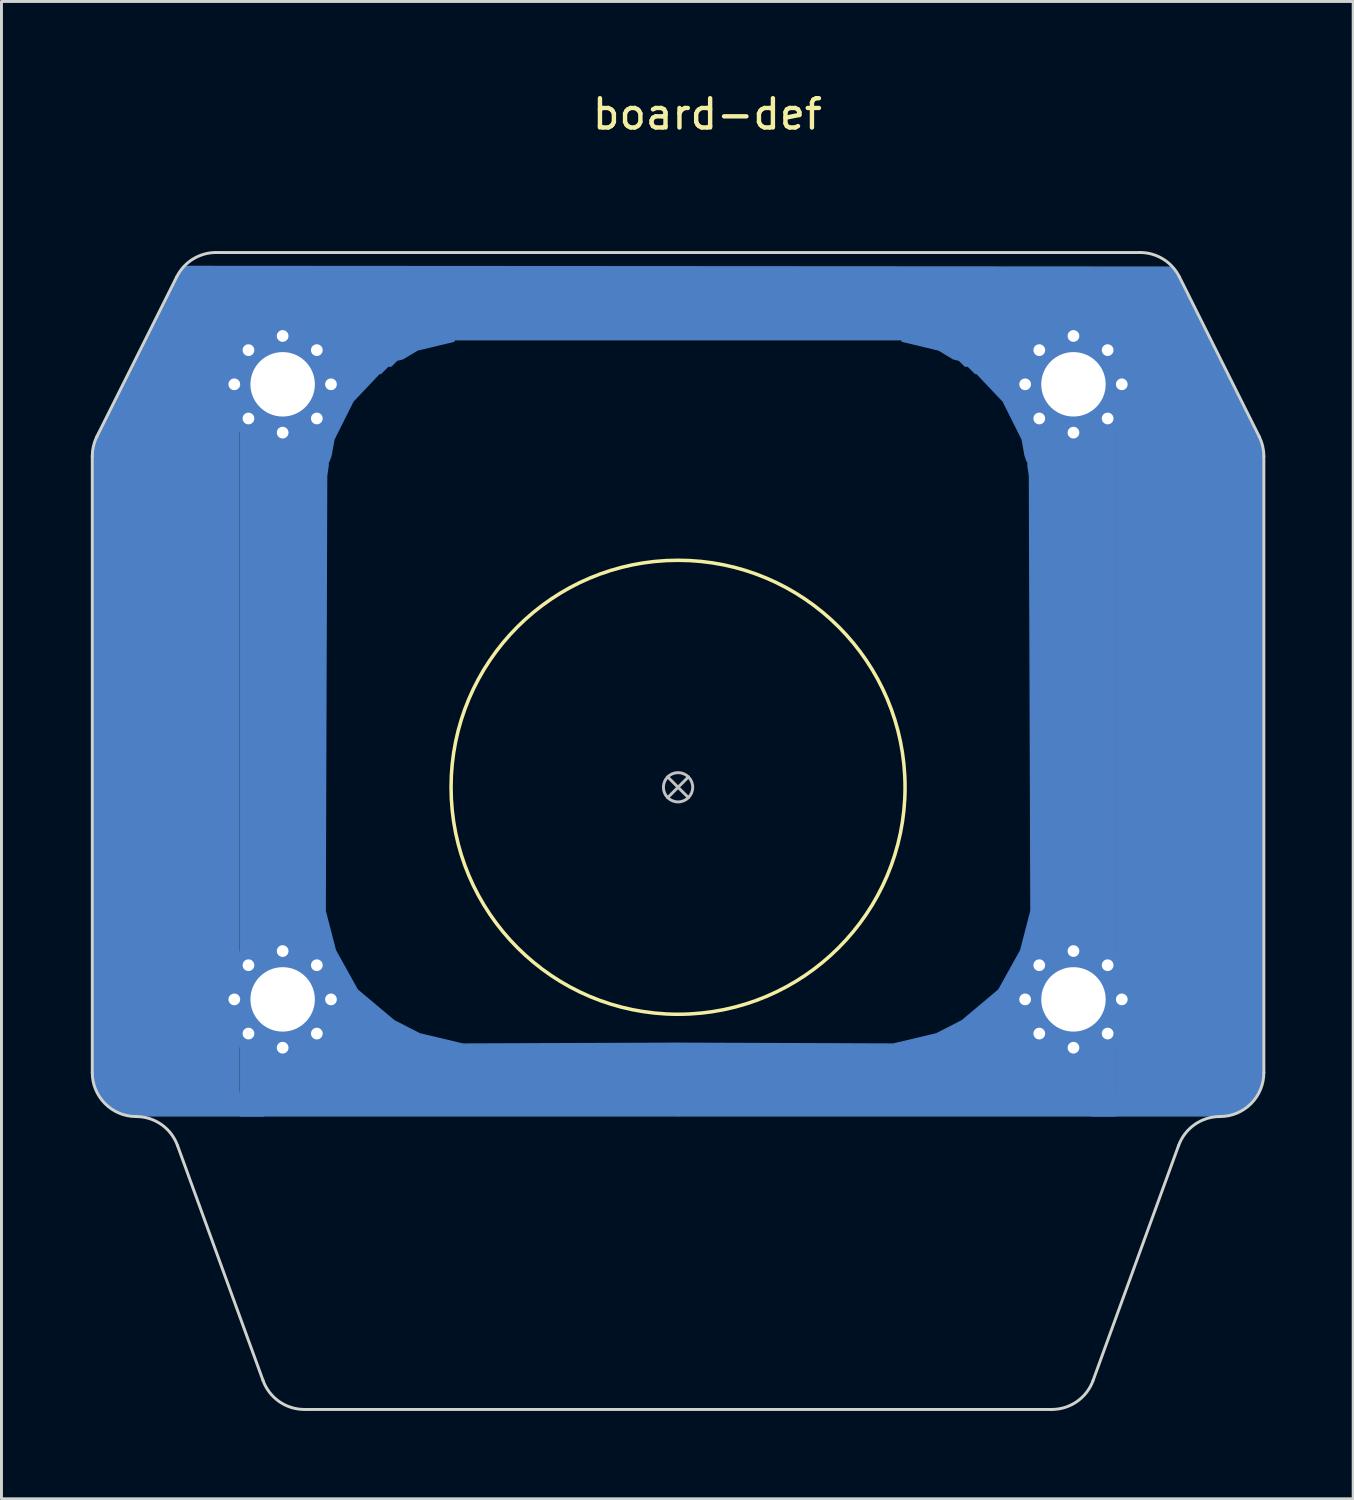
<source format=kicad_pcb>
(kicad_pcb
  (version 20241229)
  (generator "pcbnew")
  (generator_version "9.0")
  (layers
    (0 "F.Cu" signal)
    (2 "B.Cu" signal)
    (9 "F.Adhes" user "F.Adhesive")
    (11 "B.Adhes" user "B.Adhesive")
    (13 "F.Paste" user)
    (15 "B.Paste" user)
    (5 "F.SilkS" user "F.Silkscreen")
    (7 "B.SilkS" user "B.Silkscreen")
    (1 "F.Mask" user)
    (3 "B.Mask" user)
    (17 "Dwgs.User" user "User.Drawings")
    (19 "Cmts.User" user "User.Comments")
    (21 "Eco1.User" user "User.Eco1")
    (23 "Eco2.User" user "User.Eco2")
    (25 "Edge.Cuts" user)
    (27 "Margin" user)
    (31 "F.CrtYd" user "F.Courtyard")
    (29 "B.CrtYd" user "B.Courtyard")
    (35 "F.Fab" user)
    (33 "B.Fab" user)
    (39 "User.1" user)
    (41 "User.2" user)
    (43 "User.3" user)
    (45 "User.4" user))
  (footprint "board-def"
    (layer "F.Cu")
    (at 20.1 20.348)
    (property "Reference" "board-def" (at 1 -19.5 0) (unlocked yes) (layer "F.SilkS") (effects (font (size 1 1) (thickness 0.15))))
    (fp_poly (pts (xy -15 -7.95) (xy -15 13.3) (xy -20 13.3) (xy -20 -7.95)) (stroke (width 0.05) (type solid)) (fill yes) (layer "B.Cu"))
    (fp_poly (pts (xy 14.98 -7.95) (xy 14.98 13.3) (xy 19.98 13.3) (xy 19.98 -7.95)) (stroke (width 0.05) (type solid)) (fill yes) (layer "B.Cu"))
    (fp_poly (pts (xy 18.2 -11.8) (xy -18.15 -11.8) (xy -16.9 -14.3) (xy 16.891 -14.277)) (stroke (width 0.05) (type solid)) (fill yes) (layer "B.Cu"))
    (fp_poly (pts (xy -15 -7.95) (xy -20 -7.95) (xy -19.95 -8.2) (xy -19.85 -8.5) (xy -18.15 -11.85) (xy -15 -11.85)) (stroke (width 0.05) (type solid)) (fill yes) (layer "B.Cu"))
    (fp_poly (pts (xy 14.98 -7.95) (xy 19.98 -7.95) (xy 19.93 -8.2) (xy 19.83 -8.5) (xy 18.13 -11.85) (xy 14.98 -11.85)) (stroke (width 0.05) (type solid)) (fill yes) (layer "B.Cu"))
    (fp_poly (pts (xy -15 13.85) (xy -14.95 14.05) (xy -14.85 14.25) (xy -14.65 14.5) (xy -14.45 14.6) (xy -14.4 14.65) (xy -14.15 14.7) (xy -18.5 14.7) (xy -19 14.65) (xy -19.2 14.55) (xy -19.45 14.4) (xy -19.6 14.25) (xy -19.8 13.95) (xy -19.95 13.65) (xy -20 13.3) (xy -15 13.3)) (stroke (width 0.05) (type solid)) (fill yes) (layer "B.Cu"))
    (fp_poly (pts (xy 14.98 13.85) (xy 14.93 14.05) (xy 14.83 14.25) (xy 14.63 14.5) (xy 14.43 14.6) (xy 14.38 14.65) (xy 14.13 14.7) (xy 18.48 14.7) (xy 18.98 14.65) (xy 19.18 14.55) (xy 19.43 14.4) (xy 19.58 14.25) (xy 19.78 13.95) (xy 19.93 13.65) (xy 19.98 13.3) (xy 14.98 13.3)) (stroke (width 0.05) (type solid)) (fill yes) (layer "B.Cu"))
    (fp_poly (pts (xy -7.65 -11.75) (xy -8.9 -11.45) (xy -9.4 -11.15) (xy -9.6 -11.1) (xy -9.8 -10.9) (xy -9.9 -10.9) (xy -10.15 -10.65) (xy -10.2 -10.65) (xy -11.1 -9.7) (xy -11.65 -8.6) (xy -11.75 -8.4) (xy -11.85 -7.85) (xy -11.9 -7.7) (xy -11.95 -7.6) (xy -11.95 -7.5) (xy -12 -7.15) (xy -12 -7.05) (xy -12.05 7.7) (xy -11.7 9.05) (xy -10.95 10.4) (xy -9.7 11.45) (xy -8.823 11.9) (xy -7.35 12.25) (xy -0.000005 12.223) (xy -0.000005 14.7) (xy -14.95 14.7) (xy -14.95 -11.777) (xy -9 -11.777) (xy -8.7 -11.8) (xy -7.65 -11.8)) (stroke (width 0.05) (type solid)) (fill yes) (layer "B.Cu"))
    (fp_poly (pts (xy 7.65 -11.75) (xy 8.9 -11.45) (xy 9.4 -11.15) (xy 9.6 -11.1) (xy 9.8 -10.9) (xy 9.9 -10.9) (xy 10.15 -10.65) (xy 10.2 -10.65) (xy 11.1 -9.7) (xy 11.65 -8.6) (xy 11.75 -8.4) (xy 11.85 -7.85) (xy 11.9 -7.7) (xy 11.95 -7.6) (xy 11.95 -7.5) (xy 12 -7.15) (xy 12 -7.05) (xy 12.05 7.7) (xy 11.7 9.05) (xy 10.95 10.4) (xy 9.7 11.45) (xy 8.823 11.9) (xy 7.35 12.25) (xy 0 12.223) (xy 0 14.7) (xy 14.95 14.7) (xy 14.95 -11.777) (xy 9 -11.777) (xy 8.7 -11.8) (xy 7.65 -11.8)) (stroke (width 0.05) (type solid)) (fill yes) (layer "B.Cu"))
    (fp_line (start -15 -13.277) (end -15 -12.99) (stroke (width 0.1) (type solid)) (layer "B.Mask"))
    (fp_line (start -15 13.436) (end -15 -12.99) (stroke (width 0.1) (type solid)) (layer "B.Mask"))
    (fp_line (start -15 13.723) (end -15 13.436) (stroke (width 0.1) (type solid)) (layer "B.Mask"))
    (fp_line (start -14 -14.277) (end -16.891 -14.277) (stroke (width 0.1) (type solid)) (layer "B.Mask"))
    (fp_line (start -14 14.723) (end 14 14.723) (stroke (width 0.1) (type solid)) (layer "B.Mask"))
    (fp_line (start -12 7.223) (end -12 -6.777) (stroke (width 0.1) (type solid)) (layer "B.Mask"))
    (fp_line (start -7 -11.777) (end 7 -11.777) (stroke (width 0.1) (type solid)) (layer "B.Mask"))
    (fp_line (start 7 12.223) (end -7 12.223) (stroke (width 0.1) (type solid)) (layer "B.Mask"))
    (fp_line (start 12 -6.777) (end 12 7.223) (stroke (width 0.1) (type solid)) (layer "B.Mask"))
    (fp_line (start 14 -14.277) (end -14 -14.277) (stroke (width 0.1) (type solid)) (layer "B.Mask"))
    (fp_line (start 14 -14.277) (end 16.891 -14.277) (stroke (width 0.1) (type solid)) (layer "B.Mask"))
    (fp_line (start 15 13.436) (end 15 -12.99) (stroke (width 0.1) (type solid)) (layer "B.Mask"))
    (fp_line (start 15 13.723) (end 15 13.436) (stroke (width 0.1) (type solid)) (layer "B.Mask"))
    (fp_line (start 15 -13.277) (end 15 -12.99) (stroke (width 0.1) (type solid)) (layer "B.Mask"))
    (fp_arc (start -17.114591 -13.947741) (mid -17.013752 -14.11978) (end -16.890983 -14.276922) (stroke (width 0.1) (type solid)) (layer "B.Mask"))
    (fp_arc (start -15.000001 -13.276921) (mid -14.707108 -13.984028) (end -14.000001 -14.276921) (stroke (width 0.1) (type solid)) (layer "B.Mask"))
    (fp_arc (start -14.000001 14.723079) (mid -14.707108 14.430186) (end -15.000001 13.723079) (stroke (width 0.1) (type solid)) (layer "B.Mask"))
    (fp_arc (start -12.000001 -6.776921) (mid -10.535535 -10.312455) (end -7.000001 -11.776921) (stroke (width 0.1) (type solid)) (layer "B.Mask"))
    (fp_arc (start -7.000001 12.223079) (mid -10.535535 10.758613) (end -12.000001 7.223079) (stroke (width 0.1) (type solid)) (layer "B.Mask"))
    (fp_arc (start 6.999999 -11.776921) (mid 10.535534 -10.312455) (end 11.999999 -6.776921) (stroke (width 0.1) (type solid)) (layer "B.Mask"))
    (fp_arc (start 11.999999 7.223079) (mid 10.535533 10.758613) (end 6.999999 12.223079) (stroke (width 0.1) (type solid)) (layer "B.Mask"))
    (fp_arc (start 14.00001 -14.276909) (mid 14.707106 -13.984012) (end 15.000011 -13.27691) (stroke (width 0.1) (type solid)) (layer "B.Mask"))
    (fp_arc (start 14.999991 13.72309) (mid 14.707095 14.430187) (end 13.999992 14.723091) (stroke (width 0.1) (type solid)) (layer "B.Mask"))
    (fp_arc (start 16.890992 -14.276909) (mid 17.013753 -14.119772) (end 17.114589 -13.947741) (stroke (width 0.1) (type solid)) (layer "B.Mask"))
    (fp_poly (pts (xy -15 -7.927) (xy -15 13.323) (xy -20 13.323) (xy -20 -7.927)) (stroke (width 0.05) (type solid)) (fill yes) (layer "B.Mask"))
    (fp_poly (pts (xy 14.98 -7.927) (xy 14.98 13.323) (xy 19.98 13.323) (xy 19.98 -7.927)) (stroke (width 0.05) (type solid)) (fill yes) (layer "B.Mask"))
    (fp_poly (pts (xy 18.2 -11.777) (xy -18.15 -11.777) (xy -16.9 -14.277) (xy 16.891 -14.254)) (stroke (width 0.05) (type solid)) (fill yes) (layer "B.Mask"))
    (fp_poly (pts (xy -15 -7.927) (xy -20 -7.927) (xy -19.95 -8.177) (xy -19.85 -8.477) (xy -18.15 -11.827) (xy -15 -11.827)) (stroke (width 0.05) (type solid)) (fill yes) (layer "B.Mask"))
    (fp_poly (pts (xy 14.98 -7.927) (xy 19.98 -7.927) (xy 19.93 -8.177) (xy 19.83 -8.477) (xy 18.13 -11.827) (xy 14.98 -11.827)) (stroke (width 0.05) (type solid)) (fill yes) (layer "B.Mask"))
    (fp_poly (pts (xy -15 13.873) (xy -14.95 14.073) (xy -14.85 14.273) (xy -14.65 14.523) (xy -14.45 14.623) (xy -14.4 14.673) (xy -14.15 14.723) (xy -18.5 14.723) (xy -19 14.673) (xy -19.2 14.573) (xy -19.45 14.423) (xy -19.6 14.273) (xy -19.8 13.973) (xy -19.95 13.673) (xy -20 13.323) (xy -15 13.323)) (stroke (width 0.05) (type solid)) (fill yes) (layer "B.Mask"))
    (fp_poly (pts (xy 14.98 13.873) (xy 14.93 14.073) (xy 14.83 14.273) (xy 14.63 14.523) (xy 14.43 14.623) (xy 14.38 14.673) (xy 14.13 14.723) (xy 18.48 14.723) (xy 18.98 14.673) (xy 19.18 14.573) (xy 19.43 14.423) (xy 19.58 14.273) (xy 19.78 13.973) (xy 19.93 13.673) (xy 19.98 13.323) (xy 14.98 13.323)) (stroke (width 0.05) (type solid)) (fill yes) (layer "B.Mask"))
    (fp_poly (pts (xy -7.65 -11.727) (xy -8.9 -11.427) (xy -9.4 -11.127) (xy -9.6 -11.077) (xy -9.8 -10.877) (xy -9.9 -10.877) (xy -10.15 -10.627) (xy -10.2 -10.627) (xy -11.1 -9.677) (xy -11.65 -8.577) (xy -11.75 -8.377) (xy -11.85 -7.827) (xy -11.9 -7.677) (xy -11.95 -7.577) (xy -11.95 -7.477) (xy -12 -7.127) (xy -12 -7.027) (xy -12.05 7.723) (xy -11.7 9.073) (xy -10.95 10.423) (xy -9.7 11.473) (xy -8.823 11.923) (xy -7.35 12.273) (xy -0.000006 12.246) (xy -0.000006 14.723) (xy -14.95 14.723) (xy -14.95 -11.754) (xy -9 -11.754) (xy -8.7 -11.777) (xy -7.65 -11.777)) (stroke (width 0.05) (type solid)) (fill yes) (layer "B.Mask"))
    (fp_poly (pts (xy 7.65 -11.727) (xy 8.9 -11.427) (xy 9.4 -11.127) (xy 9.6 -11.077) (xy 9.8 -10.877) (xy 9.9 -10.877) (xy 10.15 -10.627) (xy 10.2 -10.627) (xy 11.1 -9.677) (xy 11.65 -8.577) (xy 11.75 -8.377) (xy 11.85 -7.827) (xy 11.9 -7.677) (xy 11.95 -7.577) (xy 11.95 -7.477) (xy 12 -7.127) (xy 12 -7.027) (xy 12.05 7.723) (xy 11.7 9.073) (xy 10.95 10.423) (xy 9.7 11.473) (xy 8.823 11.923) (xy 7.35 12.273) (xy -0.000001 12.246) (xy -0.000001 14.723) (xy 14.95 14.723) (xy 14.95 -11.754) (xy 9 -11.754) (xy 8.7 -11.777) (xy 7.65 -11.777)) (stroke (width 0.05) (type solid)) (fill yes) (layer "B.Mask"))
    (fp_circle (center 0 3.481) (end 7.75 3.481) (stroke (width 0.12) (type solid)) (fill no) (layer "F.SilkS"))
    (fp_line (start -13.854 -10.63) (end -13.146 -9.923) (stroke (width 0.1) (type solid)) (layer "Dwgs.User"))
    (fp_line (start -13.854 10.37) (end -13.146 11.077) (stroke (width 0.1) (type solid)) (layer "Dwgs.User"))
    (fp_line (start -13.146 -10.63) (end -13.854 -9.923) (stroke (width 0.1) (type solid)) (layer "Dwgs.User"))
    (fp_line (start -13.146 10.37) (end -13.854 11.077) (stroke (width 0.1) (type solid)) (layer "Dwgs.User"))
    (fp_line (start -0.354 3.127) (end 0.354 3.835) (stroke (width 0.1) (type solid)) (layer "Dwgs.User"))
    (fp_line (start -0.354 3.835) (end 0.354 3.127) (stroke (width 0.1) (type solid)) (layer "Dwgs.User"))
    (fp_line (start 13.146 -10.63) (end 13.854 -9.923) (stroke (width 0.1) (type solid)) (layer "Dwgs.User"))
    (fp_line (start 13.146 10.37) (end 13.854 11.077) (stroke (width 0.1) (type solid)) (layer "Dwgs.User"))
    (fp_line (start 13.854 -10.63) (end 13.146 -9.923) (stroke (width 0.1) (type solid)) (layer "Dwgs.User"))
    (fp_line (start 13.854 10.37) (end 13.146 11.077) (stroke (width 0.1) (type solid)) (layer "Dwgs.User"))
    (fp_circle (center -13.5 -10.277) (end -13 -10.277) (stroke (width 0.1) (type solid)) (fill no) (layer "Dwgs.User"))
    (fp_circle (center -13.5 10.723) (end -13 10.723) (stroke (width 0.1) (type solid)) (fill no) (layer "Dwgs.User"))
    (fp_circle (center -0.000001 3.481) (end 0.5 3.481) (stroke (width 0.1) (type solid)) (fill no) (layer "Dwgs.User"))
    (fp_circle (center 13.5 -10.277) (end 14 -10.277) (stroke (width 0.1) (type solid)) (fill no) (layer "Dwgs.User"))
    (fp_circle (center 13.5 10.723) (end 14 10.723) (stroke (width 0.1) (type solid)) (fill no) (layer "Dwgs.User"))
    (fp_line (start -20 -7.823) (end -20 13.223) (stroke (width 0.1) (type solid)) (layer "Edge.Cuts"))
    (fp_line (start -19.842 -8.494) (end -17.115 -13.948) (stroke (width 0.1) (type solid)) (layer "Edge.Cuts"))
    (fp_line (start -17.09 15.71) (end -14.169 23.736) (stroke (width 0.1) (type solid)) (layer "Edge.Cuts"))
    (fp_line (start -12.76 24.723) (end 12.76 24.723) (stroke (width 0.1) (type solid)) (layer "Edge.Cuts"))
    (fp_line (start 15.773 -14.777) (end -15.773 -14.777) (stroke (width 0.1) (type solid)) (layer "Edge.Cuts"))
    (fp_line (start 17.09 15.71) (end 14.169 23.736) (stroke (width 0.1) (type solid)) (layer "Edge.Cuts"))
    (fp_line (start 17.115 -13.948) (end 19.842 -8.494) (stroke (width 0.1) (type solid)) (layer "Edge.Cuts"))
    (fp_line (start 20 13.223) (end 20 -7.823) (stroke (width 0.1) (type solid)) (layer "Edge.Cuts"))
    (fp_arc (start -20.000001 -7.822819) (mid -19.959875 -8.167448) (end -19.841642 -8.493639) (stroke (width 0.1) (type solid)) (layer "Edge.Cuts"))
    (fp_arc (start -18.500001 14.723079) (mid -19.560661 14.283739) (end -20.000001 13.223079) (stroke (width 0.1) (type solid)) (layer "Edge.Cuts"))
    (fp_arc (start -18.500001 14.723079) (mid -17.639636 14.994351) (end -17.090462 15.710049) (stroke (width 0.1) (type solid)) (layer "Edge.Cuts"))
    (fp_arc (start -17.114591 -13.947741) (mid -16.561547 -14.552897) (end -15.77295 -14.776921) (stroke (width 0.1) (type solid)) (layer "Edge.Cuts"))
    (fp_arc (start -12.759676 24.723079) (mid -13.620052 24.451817) (end -14.169215 23.736109) (stroke (width 0.1) (type solid)) (layer "Edge.Cuts"))
    (fp_arc (start 14.169213 23.736109) (mid 13.620039 24.451807) (end 12.759674 24.723079) (stroke (width 0.1) (type solid)) (layer "Edge.Cuts"))
    (fp_arc (start 15.772948 -14.776921) (mid 16.561545 -14.552897) (end 17.114589 -13.947741) (stroke (width 0.1) (type solid)) (layer "Edge.Cuts"))
    (fp_arc (start 17.09046 15.710049) (mid 17.639634 14.994351) (end 18.499999 14.723079) (stroke (width 0.1) (type solid)) (layer "Edge.Cuts"))
    (fp_arc (start 19.84164 -8.493639) (mid 19.959872 -8.167448) (end 19.999999 -7.822819) (stroke (width 0.1) (type solid)) (layer "Edge.Cuts"))
    (fp_arc (start 19.999999 13.223079) (mid 19.560659 14.283739) (end 18.499999 14.723079) (stroke (width 0.1) (type solid)) (layer "Edge.Cuts"))
    (pad "1" thru_hole circle (at -15.15 -10.277) (size 0.7 0.7) (drill 0.4) (layers "*.Cu" "*.Mask"))
    (pad "1" thru_hole circle (at -15.15 10.723) (size 0.7 0.7) (drill 0.4) (layers "*.Cu" "*.Mask"))
    (pad "1" thru_hole circle (at -14.667 -11.444) (size 0.7 0.7) (drill 0.4) (layers "*.Cu" "*.Mask"))
    (pad "1" thru_hole circle (at -14.667 -9.11) (size 0.7 0.7) (drill 0.4) (layers "*.Cu" "*.Mask"))
    (pad "1" thru_hole circle (at -14.667 9.556) (size 0.7 0.7) (drill 0.4) (layers "*.Cu" "*.Mask"))
    (pad "1" thru_hole circle (at -14.667 11.89) (size 0.7 0.7) (drill 0.4) (layers "*.Cu" "*.Mask"))
    (pad "1" thru_hole circle (at -13.5 -11.927) (size 0.7 0.7) (drill 0.4) (layers "*.Cu" "*.Mask"))
    (pad "1" thru_hole circle (at -13.5 -10.277) (size 4.4 4.4) (drill 2.2) (layers "*.Cu" "*.Mask"))
    (pad "1" thru_hole circle (at -13.5 -8.627) (size 0.7 0.7) (drill 0.4) (layers "*.Cu" "*.Mask"))
    (pad "1" thru_hole circle (at -13.5 9.073) (size 0.7 0.7) (drill 0.4) (layers "*.Cu" "*.Mask"))
    (pad "1" thru_hole circle (at -13.5 10.723) (size 4.4 4.4) (drill 2.2) (layers "*.Cu" "*.Mask"))
    (pad "1" thru_hole circle (at -13.5 12.373) (size 0.7 0.7) (drill 0.4) (layers "*.Cu" "*.Mask"))
    (pad "1" thru_hole circle (at -12.333 -11.444) (size 0.7 0.7) (drill 0.4) (layers "*.Cu" "*.Mask"))
    (pad "1" thru_hole circle (at -12.333 -9.11) (size 0.7 0.7) (drill 0.4) (layers "*.Cu" "*.Mask"))
    (pad "1" thru_hole circle (at -12.333 9.556) (size 0.7 0.7) (drill 0.4) (layers "*.Cu" "*.Mask"))
    (pad "1" thru_hole circle (at -12.333 11.89) (size 0.7 0.7) (drill 0.4) (layers "*.Cu" "*.Mask"))
    (pad "1" thru_hole circle (at -11.85 -10.277) (size 0.7 0.7) (drill 0.4) (layers "*.Cu" "*.Mask"))
    (pad "1" thru_hole circle (at -11.85 10.723) (size 0.7 0.7) (drill 0.4) (layers "*.Cu" "*.Mask"))
    (pad "1" thru_hole circle (at 11.85 -10.277) (size 0.7 0.7) (drill 0.4) (layers "*.Cu" "*.Mask"))
    (pad "1" thru_hole circle (at 11.85 10.723) (size 0.7 0.7) (drill 0.4) (layers "*.Cu" "*.Mask"))
    (pad "1" thru_hole circle (at 12.333 -11.444) (size 0.7 0.7) (drill 0.4) (layers "*.Cu" "*.Mask"))
    (pad "1" thru_hole circle (at 12.333 -9.11) (size 0.7 0.7) (drill 0.4) (layers "*.Cu" "*.Mask"))
    (pad "1" thru_hole circle (at 12.333 9.556) (size 0.7 0.7) (drill 0.4) (layers "*.Cu" "*.Mask"))
    (pad "1" thru_hole circle (at 12.333 11.89) (size 0.7 0.7) (drill 0.4) (layers "*.Cu" "*.Mask"))
    (pad "1" thru_hole circle (at 13.5 -11.927) (size 0.7 0.7) (drill 0.4) (layers "*.Cu" "*.Mask"))
    (pad "1" thru_hole circle (at 13.5 -10.277) (size 4.4 4.4) (drill 2.2) (layers "*.Cu" "*.Mask"))
    (pad "1" thru_hole circle (at 13.5 -8.627) (size 0.7 0.7) (drill 0.4) (layers "*.Cu" "*.Mask"))
    (pad "1" thru_hole circle (at 13.5 9.073) (size 0.7 0.7) (drill 0.4) (layers "*.Cu" "*.Mask"))
    (pad "1" thru_hole circle (at 13.5 10.723) (size 4.4 4.4) (drill 2.2) (layers "*.Cu" "*.Mask"))
    (pad "1" thru_hole circle (at 13.5 12.373) (size 0.7 0.7) (drill 0.4) (layers "*.Cu" "*.Mask"))
    (pad "1" thru_hole circle (at 14.667 -11.444) (size 0.7 0.7) (drill 0.4) (layers "*.Cu" "*.Mask"))
    (pad "1" thru_hole circle (at 14.667 -9.11) (size 0.7 0.7) (drill 0.4) (layers "*.Cu" "*.Mask"))
    (pad "1" thru_hole circle (at 14.667 9.556) (size 0.7 0.7) (drill 0.4) (layers "*.Cu" "*.Mask"))
    (pad "1" thru_hole circle (at 14.667 11.89) (size 0.7 0.7) (drill 0.4) (layers "*.Cu" "*.Mask"))
    (pad "1" thru_hole circle (at 15.15 -10.277) (size 0.7 0.7) (drill 0.4) (layers "*.Cu" "*.Mask"))
    (pad "1" thru_hole circle (at 15.15 10.723) (size 0.7 0.7) (drill 0.4) (layers "*.Cu" "*.Mask"))
    (zone (net_name "") (layer "B.Cu") (name "Bracket-Keepout") (hatch edge 0.508) (connect_pads) (min_thickness 0.254) (filled_areas_thickness no) (keepout (tracks not_allowed) (vias not_allowed) (pads not_allowed) (copperpour not_allowed) (footprints allowed)) (placement (enabled no)) (fill) (polygon (pts (xy 8.825 11.273) (xy 8.7 11.473) (xy 8.35 12.548) (xy 8.25 13.373) (xy 8.275 28.048) (xy 0 28.073) (xy 0.025 12.798) (xy 0.025 12.273) (xy 0.15 11.898) (xy 1.825 8.473) (xy 2.8 6.573) (xy 3.1 5.998) (xy 3.375 5.948) (xy 8.825 5.948))))
    (zone (net_name "") (layer "B.Cu") (name "Bracket-Keepout") (hatch edge 0.508) (connect_pads) (min_thickness 0.254) (filled_areas_thickness no) (keepout (tracks not_allowed) (vias not_allowed) (pads not_allowed) (copperpour not_allowed) (footprints allowed)) (placement (enabled no)) (fill) (polygon (pts (xy 37.075 6.048) (xy 40.05 11.923) (xy 40.15 12.423) (xy 40.15 33.948) (xy 39.875 34.548) (xy 39.3 35.023) (xy 38.1 35.173) (xy 2.05 35.148) (xy 1.425 35.148) (xy 0.85 34.998) (xy 0.475 34.723) (xy 0.1 34.173) (xy 0.025 33.598) (xy 0 28.048) (xy 8.275 28.048) (xy 8.425 28.948) (xy 8.975 30.173) (xy 9.85 31.198) (xy 10.825 31.898) (xy 11.825 32.273) (xy 12.85 32.448) (xy 27.6 32.448) (xy 28.85 32.148) (xy 29.775 31.648) (xy 30.525 30.998) (xy 31.375 29.873) (xy 31.8 28.923) (xy 31.95 27.998) (xy 31.95 13.573) (xy 31.875 12.673) (xy 31.525 11.548) (xy 30.95 10.623) (xy 30.325 9.923) (xy 29.675 9.473) (xy 29.025 9.073) (xy 28.05 8.798) (xy 27.35 8.698) (xy 12.7 8.698) (xy 11.95 8.798) (xy 10.925 9.223) (xy 10.05 9.773) (xy 9.275 10.548) (xy 8.7 11.473) (xy 8.7 5.948) (xy 36.95 5.948)))))
  (gr_rect
    (start -3 -3)
    (end 43.15 48.121)
    (stroke (width 0.1) (type default))
    (fill no)
    (layer "Edge.Cuts")))
</source>
